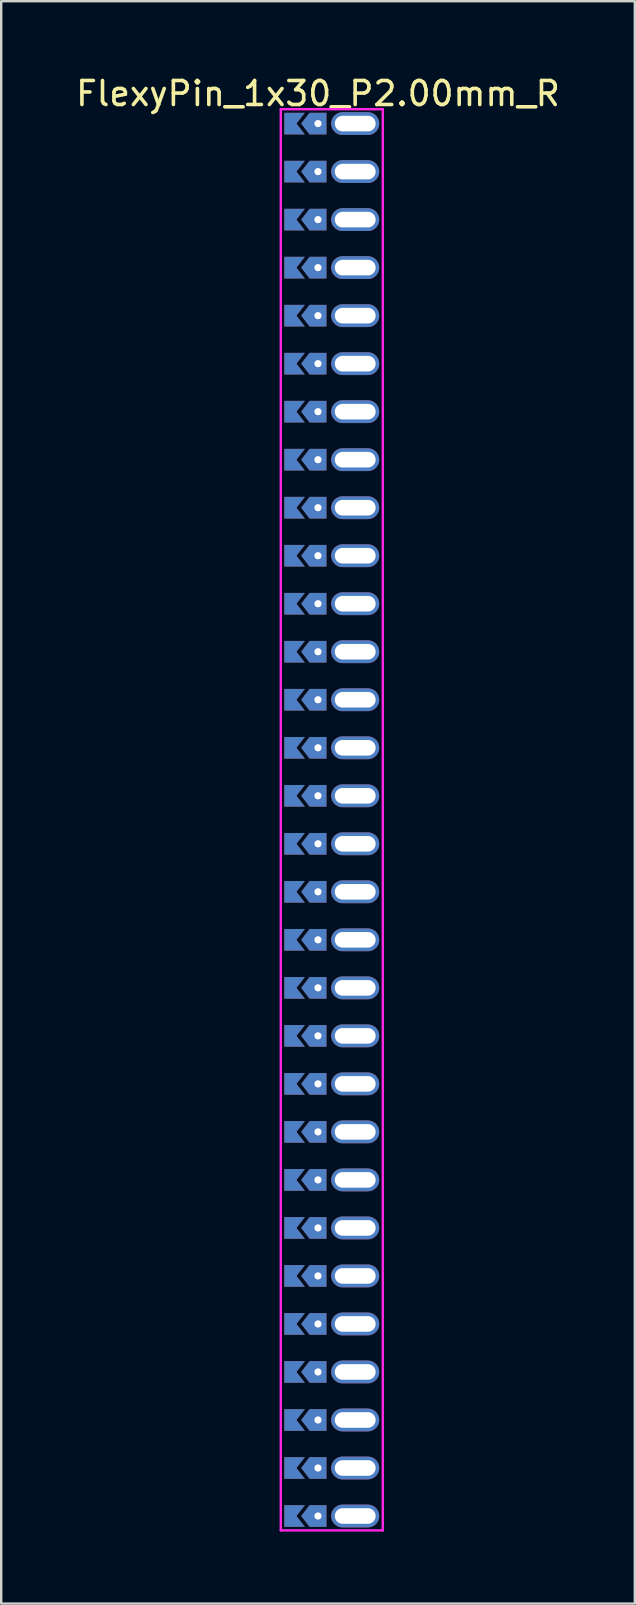
<source format=kicad_pcb>
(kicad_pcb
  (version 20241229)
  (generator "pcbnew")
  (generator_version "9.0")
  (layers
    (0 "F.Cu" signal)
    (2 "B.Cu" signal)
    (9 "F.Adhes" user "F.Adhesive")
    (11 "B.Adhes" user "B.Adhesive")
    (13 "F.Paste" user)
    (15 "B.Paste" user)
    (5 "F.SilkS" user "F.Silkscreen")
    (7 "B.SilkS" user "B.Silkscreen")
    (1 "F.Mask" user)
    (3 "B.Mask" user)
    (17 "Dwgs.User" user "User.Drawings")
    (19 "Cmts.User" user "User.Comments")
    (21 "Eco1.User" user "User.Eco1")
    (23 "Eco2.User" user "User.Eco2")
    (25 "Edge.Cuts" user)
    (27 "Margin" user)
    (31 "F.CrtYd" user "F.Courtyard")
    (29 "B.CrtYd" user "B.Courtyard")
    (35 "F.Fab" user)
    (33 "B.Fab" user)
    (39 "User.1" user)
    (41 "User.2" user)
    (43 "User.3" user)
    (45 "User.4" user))
  (footprint "FlexyPin_1x30_P2.00mm_R"
    (layer "F.Cu")
    (at 10.196 2.098)
    (property "Reference" "FlexyPin_1x30_P2.00mm_R" (at 0 -1.25 0) (layer "F.SilkS") (effects (font (size 1 1) (thickness 0.15))))
    (attr through_hole)
    (fp_line (start -1.55 -0.6) (end 2.7 -0.6) (stroke (width 0.1) (type solid)) (layer "F.CrtYd"))
    (fp_line (start -1.55 58.6) (end -1.55 -0.6) (stroke (width 0.1) (type solid)) (layer "F.CrtYd"))
    (fp_line (start 2.7 -0.6) (end 2.7 58.6) (stroke (width 0.1) (type solid)) (layer "F.CrtYd"))
    (fp_line (start 2.7 58.6) (end -1.55 58.6) (stroke (width 0.1) (type solid)) (layer "F.CrtYd"))
    (pad "" thru_hole custom (at 0 0) (size 0.3 0.3) (drill 0.6) (layers "*.Cu" "*.Mask") (options (anchor rect)) (primitives (gr_poly (pts (xy 0.35 0.45) (xy 0.35 -0.45) (xy -0.35 -0.45) (xy -0.7 0) (xy -0.35 0.45)) (width 0) (fill yes))))
    (pad "" thru_hole custom (at 0 2) (size 0.3 0.3) (drill 0.6) (layers "*.Cu" "*.Mask") (options (anchor rect)) (primitives (gr_poly (pts (xy 0.35 0.45) (xy 0.35 -0.45) (xy -0.35 -0.45) (xy -0.7 0) (xy -0.35 0.45)) (width 0) (fill yes))))
    (pad "" thru_hole custom (at 0 4) (size 0.3 0.3) (drill 0.6) (layers "*.Cu" "*.Mask") (options (anchor rect)) (primitives (gr_poly (pts (xy 0.35 0.45) (xy 0.35 -0.45) (xy -0.35 -0.45) (xy -0.7 0) (xy -0.35 0.45)) (width 0) (fill yes))))
    (pad "" thru_hole custom (at 0 6) (size 0.3 0.3) (drill 0.6) (layers "*.Cu" "*.Mask") (options (anchor rect)) (primitives (gr_poly (pts (xy 0.35 0.45) (xy 0.35 -0.45) (xy -0.35 -0.45) (xy -0.7 0) (xy -0.35 0.45)) (width 0) (fill yes))))
    (pad "" thru_hole custom (at 0 8) (size 0.3 0.3) (drill 0.6) (layers "*.Cu" "*.Mask") (options (anchor rect)) (primitives (gr_poly (pts (xy 0.35 0.45) (xy 0.35 -0.45) (xy -0.35 -0.45) (xy -0.7 0) (xy -0.35 0.45)) (width 0) (fill yes))))
    (pad "" thru_hole custom (at 0 10) (size 0.3 0.3) (drill 0.6) (layers "*.Cu" "*.Mask") (options (anchor rect)) (primitives (gr_poly (pts (xy 0.35 0.45) (xy 0.35 -0.45) (xy -0.35 -0.45) (xy -0.7 0) (xy -0.35 0.45)) (width 0) (fill yes))))
    (pad "" thru_hole custom (at 0 12) (size 0.3 0.3) (drill 0.6) (layers "*.Cu" "*.Mask") (options (anchor rect)) (primitives (gr_poly (pts (xy 0.35 0.45) (xy 0.35 -0.45) (xy -0.35 -0.45) (xy -0.7 0) (xy -0.35 0.45)) (width 0) (fill yes))))
    (pad "" thru_hole custom (at 0 14) (size 0.3 0.3) (drill 0.6) (layers "*.Cu" "*.Mask") (options (anchor rect)) (primitives (gr_poly (pts (xy 0.35 0.45) (xy 0.35 -0.45) (xy -0.35 -0.45) (xy -0.7 0) (xy -0.35 0.45)) (width 0) (fill yes))))
    (pad "" thru_hole custom (at 0 16) (size 0.3 0.3) (drill 0.6) (layers "*.Cu" "*.Mask") (options (anchor rect)) (primitives (gr_poly (pts (xy 0.35 0.45) (xy 0.35 -0.45) (xy -0.35 -0.45) (xy -0.7 0) (xy -0.35 0.45)) (width 0) (fill yes))))
    (pad "" thru_hole custom (at 0 18) (size 0.3 0.3) (drill 0.6) (layers "*.Cu" "*.Mask") (options (anchor rect)) (primitives (gr_poly (pts (xy 0.35 0.45) (xy 0.35 -0.45) (xy -0.35 -0.45) (xy -0.7 0) (xy -0.35 0.45)) (width 0) (fill yes))))
    (pad "" thru_hole custom (at 0 20) (size 0.3 0.3) (drill 0.6) (layers "*.Cu" "*.Mask") (options (anchor rect)) (primitives (gr_poly (pts (xy 0.35 0.45) (xy 0.35 -0.45) (xy -0.35 -0.45) (xy -0.7 0) (xy -0.35 0.45)) (width 0) (fill yes))))
    (pad "" thru_hole custom (at 0 22) (size 0.3 0.3) (drill 0.6) (layers "*.Cu" "*.Mask") (options (anchor rect)) (primitives (gr_poly (pts (xy 0.35 0.45) (xy 0.35 -0.45) (xy -0.35 -0.45) (xy -0.7 0) (xy -0.35 0.45)) (width 0) (fill yes))))
    (pad "" thru_hole custom (at 0 24) (size 0.3 0.3) (drill 0.6) (layers "*.Cu" "*.Mask") (options (anchor rect)) (primitives (gr_poly (pts (xy 0.35 0.45) (xy 0.35 -0.45) (xy -0.35 -0.45) (xy -0.7 0) (xy -0.35 0.45)) (width 0) (fill yes))))
    (pad "" thru_hole custom (at 0 26) (size 0.3 0.3) (drill 0.6) (layers "*.Cu" "*.Mask") (options (anchor rect)) (primitives (gr_poly (pts (xy 0.35 0.45) (xy 0.35 -0.45) (xy -0.35 -0.45) (xy -0.7 0) (xy -0.35 0.45)) (width 0) (fill yes))))
    (pad "" thru_hole custom (at 0 28) (size 0.3 0.3) (drill 0.6) (layers "*.Cu" "*.Mask") (options (anchor rect)) (primitives (gr_poly (pts (xy 0.35 0.45) (xy 0.35 -0.45) (xy -0.35 -0.45) (xy -0.7 0) (xy -0.35 0.45)) (width 0) (fill yes))))
    (pad "" thru_hole custom (at 0 30) (size 0.3 0.3) (drill 0.6) (layers "*.Cu" "*.Mask") (options (anchor rect)) (primitives (gr_poly (pts (xy 0.35 0.45) (xy 0.35 -0.45) (xy -0.35 -0.45) (xy -0.7 0) (xy -0.35 0.45)) (width 0) (fill yes))))
    (pad "" thru_hole custom (at 0 32) (size 0.3 0.3) (drill 0.6) (layers "*.Cu" "*.Mask") (options (anchor rect)) (primitives (gr_poly (pts (xy 0.35 0.45) (xy 0.35 -0.45) (xy -0.35 -0.45) (xy -0.7 0) (xy -0.35 0.45)) (width 0) (fill yes))))
    (pad "" thru_hole custom (at 0 34) (size 0.3 0.3) (drill 0.6) (layers "*.Cu" "*.Mask") (options (anchor rect)) (primitives (gr_poly (pts (xy 0.35 0.45) (xy 0.35 -0.45) (xy -0.35 -0.45) (xy -0.7 0) (xy -0.35 0.45)) (width 0) (fill yes))))
    (pad "" thru_hole custom (at 0 36) (size 0.3 0.3) (drill 0.6) (layers "*.Cu" "*.Mask") (options (anchor rect)) (primitives (gr_poly (pts (xy 0.35 0.45) (xy 0.35 -0.45) (xy -0.35 -0.45) (xy -0.7 0) (xy -0.35 0.45)) (width 0) (fill yes))))
    (pad "" thru_hole custom (at 0 38) (size 0.3 0.3) (drill 0.6) (layers "*.Cu" "*.Mask") (options (anchor rect)) (primitives (gr_poly (pts (xy 0.35 0.45) (xy 0.35 -0.45) (xy -0.35 -0.45) (xy -0.7 0) (xy -0.35 0.45)) (width 0) (fill yes))))
    (pad "" thru_hole custom (at 0 40) (size 0.3 0.3) (drill 0.6) (layers "*.Cu" "*.Mask") (options (anchor rect)) (primitives (gr_poly (pts (xy 0.35 0.45) (xy 0.35 -0.45) (xy -0.35 -0.45) (xy -0.7 0) (xy -0.35 0.45)) (width 0) (fill yes))))
    (pad "" thru_hole custom (at 0 42) (size 0.3 0.3) (drill 0.6) (layers "*.Cu" "*.Mask") (options (anchor rect)) (primitives (gr_poly (pts (xy 0.35 0.45) (xy 0.35 -0.45) (xy -0.35 -0.45) (xy -0.7 0) (xy -0.35 0.45)) (width 0) (fill yes))))
    (pad "" thru_hole custom (at 0 44) (size 0.3 0.3) (drill 0.6) (layers "*.Cu" "*.Mask") (options (anchor rect)) (primitives (gr_poly (pts (xy 0.35 0.45) (xy 0.35 -0.45) (xy -0.35 -0.45) (xy -0.7 0) (xy -0.35 0.45)) (width 0) (fill yes))))
    (pad "" thru_hole custom (at 0 46) (size 0.3 0.3) (drill 0.6) (layers "*.Cu" "*.Mask") (options (anchor rect)) (primitives (gr_poly (pts (xy 0.35 0.45) (xy 0.35 -0.45) (xy -0.35 -0.45) (xy -0.7 0) (xy -0.35 0.45)) (width 0) (fill yes))))
    (pad "" thru_hole custom (at 0 48) (size 0.3 0.3) (drill 0.6) (layers "*.Cu" "*.Mask") (options (anchor rect)) (primitives (gr_poly (pts (xy 0.35 0.45) (xy 0.35 -0.45) (xy -0.35 -0.45) (xy -0.7 0) (xy -0.35 0.45)) (width 0) (fill yes))))
    (pad "" thru_hole custom (at 0 50) (size 0.3 0.3) (drill 0.6) (layers "*.Cu" "*.Mask") (options (anchor rect)) (primitives (gr_poly (pts (xy 0.35 0.45) (xy 0.35 -0.45) (xy -0.35 -0.45) (xy -0.7 0) (xy -0.35 0.45)) (width 0) (fill yes))))
    (pad "" thru_hole custom (at 0 52) (size 0.3 0.3) (drill 0.6) (layers "*.Cu" "*.Mask") (options (anchor rect)) (primitives (gr_poly (pts (xy 0.35 0.45) (xy 0.35 -0.45) (xy -0.35 -0.45) (xy -0.7 0) (xy -0.35 0.45)) (width 0) (fill yes))))
    (pad "" thru_hole custom (at 0 54) (size 0.3 0.3) (drill 0.6) (layers "*.Cu" "*.Mask") (options (anchor rect)) (primitives (gr_poly (pts (xy 0.35 0.45) (xy 0.35 -0.45) (xy -0.35 -0.45) (xy -0.7 0) (xy -0.35 0.45)) (width 0) (fill yes))))
    (pad "" thru_hole custom (at 0 56) (size 0.3 0.3) (drill 0.6) (layers "*.Cu" "*.Mask") (options (anchor rect)) (primitives (gr_poly (pts (xy 0.35 0.45) (xy 0.35 -0.45) (xy -0.35 -0.45) (xy -0.7 0) (xy -0.35 0.45)) (width 0) (fill yes))))
    (pad "" thru_hole custom (at 0 58) (size 0.3 0.3) (drill 0.6) (layers "*.Cu" "*.Mask") (options (anchor rect)) (primitives (gr_poly (pts (xy 0.35 0.45) (xy 0.35 -0.45) (xy -0.35 -0.45) (xy -0.7 0) (xy -0.35 0.45)) (width 0) (fill yes))))
    (pad "" thru_hole oval (at 1.55 0) (size 2 0.95) (drill oval 1.7 0.65) (layers "*.Cu" "*.Mask"))
    (pad "" thru_hole oval (at 1.55 2) (size 2 0.95) (drill oval 1.7 0.65) (layers "*.Cu" "*.Mask"))
    (pad "" thru_hole oval (at 1.55 4) (size 2 0.95) (drill oval 1.7 0.65) (layers "*.Cu" "*.Mask"))
    (pad "" thru_hole oval (at 1.55 6) (size 2 0.95) (drill oval 1.7 0.65) (layers "*.Cu" "*.Mask"))
    (pad "" thru_hole oval (at 1.55 8) (size 2 0.95) (drill oval 1.7 0.65) (layers "*.Cu" "*.Mask"))
    (pad "" thru_hole oval (at 1.55 10) (size 2 0.95) (drill oval 1.7 0.65) (layers "*.Cu" "*.Mask"))
    (pad "" thru_hole oval (at 1.55 12) (size 2 0.95) (drill oval 1.7 0.65) (layers "*.Cu" "*.Mask"))
    (pad "" thru_hole oval (at 1.55 14) (size 2 0.95) (drill oval 1.7 0.65) (layers "*.Cu" "*.Mask"))
    (pad "" thru_hole oval (at 1.55 16) (size 2 0.95) (drill oval 1.7 0.65) (layers "*.Cu" "*.Mask"))
    (pad "" thru_hole oval (at 1.55 18) (size 2 0.95) (drill oval 1.7 0.65) (layers "*.Cu" "*.Mask"))
    (pad "" thru_hole oval (at 1.55 20) (size 2 0.95) (drill oval 1.7 0.65) (layers "*.Cu" "*.Mask"))
    (pad "" thru_hole oval (at 1.55 22) (size 2 0.95) (drill oval 1.7 0.65) (layers "*.Cu" "*.Mask"))
    (pad "" thru_hole oval (at 1.55 24) (size 2 0.95) (drill oval 1.7 0.65) (layers "*.Cu" "*.Mask"))
    (pad "" thru_hole oval (at 1.55 26) (size 2 0.95) (drill oval 1.7 0.65) (layers "*.Cu" "*.Mask"))
    (pad "" thru_hole oval (at 1.55 28) (size 2 0.95) (drill oval 1.7 0.65) (layers "*.Cu" "*.Mask"))
    (pad "" thru_hole oval (at 1.55 30) (size 2 0.95) (drill oval 1.7 0.65) (layers "*.Cu" "*.Mask"))
    (pad "" thru_hole oval (at 1.55 32) (size 2 0.95) (drill oval 1.7 0.65) (layers "*.Cu" "*.Mask"))
    (pad "" thru_hole oval (at 1.55 34) (size 2 0.95) (drill oval 1.7 0.65) (layers "*.Cu" "*.Mask"))
    (pad "" thru_hole oval (at 1.55 36) (size 2 0.95) (drill oval 1.7 0.65) (layers "*.Cu" "*.Mask"))
    (pad "" thru_hole oval (at 1.55 38) (size 2 0.95) (drill oval 1.7 0.65) (layers "*.Cu" "*.Mask"))
    (pad "" thru_hole oval (at 1.55 40) (size 2 0.95) (drill oval 1.7 0.65) (layers "*.Cu" "*.Mask"))
    (pad "" thru_hole oval (at 1.55 42) (size 2 0.95) (drill oval 1.7 0.65) (layers "*.Cu" "*.Mask"))
    (pad "" thru_hole oval (at 1.55 44) (size 2 0.95) (drill oval 1.7 0.65) (layers "*.Cu" "*.Mask"))
    (pad "" thru_hole oval (at 1.55 46) (size 2 0.95) (drill oval 1.7 0.65) (layers "*.Cu" "*.Mask"))
    (pad "" thru_hole oval (at 1.55 48) (size 2 0.95) (drill oval 1.7 0.65) (layers "*.Cu" "*.Mask"))
    (pad "" thru_hole oval (at 1.55 50) (size 2 0.95) (drill oval 1.7 0.65) (layers "*.Cu" "*.Mask"))
    (pad "" thru_hole oval (at 1.55 52) (size 2 0.95) (drill oval 1.7 0.65) (layers "*.Cu" "*.Mask"))
    (pad "" thru_hole oval (at 1.55 54) (size 2 0.95) (drill oval 1.7 0.65) (layers "*.Cu" "*.Mask"))
    (pad "" thru_hole oval (at 1.55 56) (size 2 0.95) (drill oval 1.7 0.65) (layers "*.Cu" "*.Mask"))
    (pad "" thru_hole oval (at 1.55 58) (size 2 0.95) (drill oval 1.7 0.65) (layers "*.Cu" "*.Mask"))
    (pad "1" smd custom (at -0.9 0) (size 0.01 0.01) (layers "F.Cu" "F.Mask") (options (anchor rect)) (primitives (gr_poly (pts (xy 0 0) (xy 0.35 0.45) (xy -0.5 0.45) (xy -0.5 -0.45) (xy 0.35 -0.45)) (width 0) (fill yes))))
    (pad "1" smd custom (at -0.9 2) (size 0.01 0.01) (layers "F.Cu" "F.Mask") (options (anchor rect)) (primitives (gr_poly (pts (xy 0 0) (xy 0.35 0.45) (xy -0.5 0.45) (xy -0.5 -0.45) (xy 0.35 -0.45)) (width 0) (fill yes))))
    (pad "1" smd custom (at -0.9 4) (size 0.01 0.01) (layers "F.Cu" "F.Mask") (options (anchor rect)) (primitives (gr_poly (pts (xy 0 0) (xy 0.35 0.45) (xy -0.5 0.45) (xy -0.5 -0.45) (xy 0.35 -0.45)) (width 0) (fill yes))))
    (pad "1" smd custom (at -0.9 6) (size 0.01 0.01) (layers "F.Cu" "F.Mask") (options (anchor rect)) (primitives (gr_poly (pts (xy 0 0) (xy 0.35 0.45) (xy -0.5 0.45) (xy -0.5 -0.45) (xy 0.35 -0.45)) (width 0) (fill yes))))
    (pad "1" smd custom (at -0.9 8) (size 0.01 0.01) (layers "F.Cu" "F.Mask") (options (anchor rect)) (primitives (gr_poly (pts (xy 0 0) (xy 0.35 0.45) (xy -0.5 0.45) (xy -0.5 -0.45) (xy 0.35 -0.45)) (width 0) (fill yes))))
    (pad "1" smd custom (at -0.9 10) (size 0.01 0.01) (layers "F.Cu" "F.Mask") (options (anchor rect)) (primitives (gr_poly (pts (xy 0 0) (xy 0.35 0.45) (xy -0.5 0.45) (xy -0.5 -0.45) (xy 0.35 -0.45)) (width 0) (fill yes))))
    (pad "1" smd custom (at -0.9 12) (size 0.01 0.01) (layers "F.Cu" "F.Mask") (options (anchor rect)) (primitives (gr_poly (pts (xy 0 0) (xy 0.35 0.45) (xy -0.5 0.45) (xy -0.5 -0.45) (xy 0.35 -0.45)) (width 0) (fill yes))))
    (pad "1" smd custom (at -0.9 14) (size 0.01 0.01) (layers "F.Cu" "F.Mask") (options (anchor rect)) (primitives (gr_poly (pts (xy 0 0) (xy 0.35 0.45) (xy -0.5 0.45) (xy -0.5 -0.45) (xy 0.35 -0.45)) (width 0) (fill yes))))
    (pad "1" smd custom (at -0.9 16) (size 0.01 0.01) (layers "F.Cu" "F.Mask") (options (anchor rect)) (primitives (gr_poly (pts (xy 0 0) (xy 0.35 0.45) (xy -0.5 0.45) (xy -0.5 -0.45) (xy 0.35 -0.45)) (width 0) (fill yes))))
    (pad "1" smd custom (at -0.9 18) (size 0.01 0.01) (layers "F.Cu" "F.Mask") (options (anchor rect)) (primitives (gr_poly (pts (xy 0 0) (xy 0.35 0.45) (xy -0.5 0.45) (xy -0.5 -0.45) (xy 0.35 -0.45)) (width 0) (fill yes))))
    (pad "1" smd custom (at -0.9 20) (size 0.01 0.01) (layers "F.Cu" "F.Mask") (options (anchor rect)) (primitives (gr_poly (pts (xy 0 0) (xy 0.35 0.45) (xy -0.5 0.45) (xy -0.5 -0.45) (xy 0.35 -0.45)) (width 0) (fill yes))))
    (pad "1" smd custom (at -0.9 22) (size 0.01 0.01) (layers "F.Cu" "F.Mask") (options (anchor rect)) (primitives (gr_poly (pts (xy 0 0) (xy 0.35 0.45) (xy -0.5 0.45) (xy -0.5 -0.45) (xy 0.35 -0.45)) (width 0) (fill yes))))
    (pad "1" smd custom (at -0.9 24) (size 0.01 0.01) (layers "F.Cu" "F.Mask") (options (anchor rect)) (primitives (gr_poly (pts (xy 0 0) (xy 0.35 0.45) (xy -0.5 0.45) (xy -0.5 -0.45) (xy 0.35 -0.45)) (width 0) (fill yes))))
    (pad "1" smd custom (at -0.9 26) (size 0.01 0.01) (layers "F.Cu" "F.Mask") (options (anchor rect)) (primitives (gr_poly (pts (xy 0 0) (xy 0.35 0.45) (xy -0.5 0.45) (xy -0.5 -0.45) (xy 0.35 -0.45)) (width 0) (fill yes))))
    (pad "1" smd custom (at -0.9 28) (size 0.01 0.01) (layers "F.Cu" "F.Mask") (options (anchor rect)) (primitives (gr_poly (pts (xy 0 0) (xy 0.35 0.45) (xy -0.5 0.45) (xy -0.5 -0.45) (xy 0.35 -0.45)) (width 0) (fill yes))))
    (pad "1" smd custom (at -0.9 30) (size 0.01 0.01) (layers "F.Cu" "F.Mask") (options (anchor rect)) (primitives (gr_poly (pts (xy 0 0) (xy 0.35 0.45) (xy -0.5 0.45) (xy -0.5 -0.45) (xy 0.35 -0.45)) (width 0) (fill yes))))
    (pad "1" smd custom (at -0.9 32) (size 0.01 0.01) (layers "F.Cu" "F.Mask") (options (anchor rect)) (primitives (gr_poly (pts (xy 0 0) (xy 0.35 0.45) (xy -0.5 0.45) (xy -0.5 -0.45) (xy 0.35 -0.45)) (width 0) (fill yes))))
    (pad "1" smd custom (at -0.9 34) (size 0.01 0.01) (layers "F.Cu" "F.Mask") (options (anchor rect)) (primitives (gr_poly (pts (xy 0 0) (xy 0.35 0.45) (xy -0.5 0.45) (xy -0.5 -0.45) (xy 0.35 -0.45)) (width 0) (fill yes))))
    (pad "1" smd custom (at -0.9 36) (size 0.01 0.01) (layers "F.Cu" "F.Mask") (options (anchor rect)) (primitives (gr_poly (pts (xy 0 0) (xy 0.35 0.45) (xy -0.5 0.45) (xy -0.5 -0.45) (xy 0.35 -0.45)) (width 0) (fill yes))))
    (pad "1" smd custom (at -0.9 38) (size 0.01 0.01) (layers "F.Cu" "F.Mask") (options (anchor rect)) (primitives (gr_poly (pts (xy 0 0) (xy 0.35 0.45) (xy -0.5 0.45) (xy -0.5 -0.45) (xy 0.35 -0.45)) (width 0) (fill yes))))
    (pad "1" smd custom (at -0.9 40) (size 0.01 0.01) (layers "F.Cu" "F.Mask") (options (anchor rect)) (primitives (gr_poly (pts (xy 0 0) (xy 0.35 0.45) (xy -0.5 0.45) (xy -0.5 -0.45) (xy 0.35 -0.45)) (width 0) (fill yes))))
    (pad "1" smd custom (at -0.9 42) (size 0.01 0.01) (layers "F.Cu" "F.Mask") (options (anchor rect)) (primitives (gr_poly (pts (xy 0 0) (xy 0.35 0.45) (xy -0.5 0.45) (xy -0.5 -0.45) (xy 0.35 -0.45)) (width 0) (fill yes))))
    (pad "1" smd custom (at -0.9 44) (size 0.01 0.01) (layers "F.Cu" "F.Mask") (options (anchor rect)) (primitives (gr_poly (pts (xy 0 0) (xy 0.35 0.45) (xy -0.5 0.45) (xy -0.5 -0.45) (xy 0.35 -0.45)) (width 0) (fill yes))))
    (pad "1" smd custom (at -0.9 46) (size 0.01 0.01) (layers "F.Cu" "F.Mask") (options (anchor rect)) (primitives (gr_poly (pts (xy 0 0) (xy 0.35 0.45) (xy -0.5 0.45) (xy -0.5 -0.45) (xy 0.35 -0.45)) (width 0) (fill yes))))
    (pad "1" smd custom (at -0.9 48) (size 0.01 0.01) (layers "F.Cu" "F.Mask") (options (anchor rect)) (primitives (gr_poly (pts (xy 0 0) (xy 0.35 0.45) (xy -0.5 0.45) (xy -0.5 -0.45) (xy 0.35 -0.45)) (width 0) (fill yes))))
    (pad "1" smd custom (at -0.9 50) (size 0.01 0.01) (layers "F.Cu" "F.Mask") (options (anchor rect)) (primitives (gr_poly (pts (xy 0 0) (xy 0.35 0.45) (xy -0.5 0.45) (xy -0.5 -0.45) (xy 0.35 -0.45)) (width 0) (fill yes))))
    (pad "1" smd custom (at -0.9 52) (size 0.01 0.01) (layers "F.Cu" "F.Mask") (options (anchor rect)) (primitives (gr_poly (pts (xy 0 0) (xy 0.35 0.45) (xy -0.5 0.45) (xy -0.5 -0.45) (xy 0.35 -0.45)) (width 0) (fill yes))))
    (pad "1" smd custom (at -0.9 54) (size 0.01 0.01) (layers "F.Cu" "F.Mask") (options (anchor rect)) (primitives (gr_poly (pts (xy 0 0) (xy 0.35 0.45) (xy -0.5 0.45) (xy -0.5 -0.45) (xy 0.35 -0.45)) (width 0) (fill yes))))
    (pad "1" smd custom (at -0.9 56) (size 0.01 0.01) (layers "F.Cu" "F.Mask") (options (anchor rect)) (primitives (gr_poly (pts (xy 0 0) (xy 0.35 0.45) (xy -0.5 0.45) (xy -0.5 -0.45) (xy 0.35 -0.45)) (width 0) (fill yes))))
    (pad "1" smd custom (at -0.9 58) (size 0.01 0.01) (layers "F.Cu" "F.Mask") (options (anchor rect)) (primitives (gr_poly (pts (xy 0 0) (xy 0.35 0.45) (xy -0.5 0.45) (xy -0.5 -0.45) (xy 0.35 -0.45)) (width 0) (fill yes))))
    (pad "2" smd custom (at -0.9 0) (size 0.01 0.01) (layers "B.Cu" "B.Mask") (options (anchor rect)) (primitives (gr_poly (pts (xy 0 0) (xy 0.35 0.45) (xy -0.5 0.45) (xy -0.5 -0.45) (xy 0.35 -0.45)) (width 0) (fill yes))))
    (pad "2" smd custom (at -0.9 2) (size 0.01 0.01) (layers "B.Cu" "B.Mask") (options (anchor rect)) (primitives (gr_poly (pts (xy 0 0) (xy 0.35 0.45) (xy -0.5 0.45) (xy -0.5 -0.45) (xy 0.35 -0.45)) (width 0) (fill yes))))
    (pad "2" smd custom (at -0.9 4) (size 0.01 0.01) (layers "B.Cu" "B.Mask") (options (anchor rect)) (primitives (gr_poly (pts (xy 0 0) (xy 0.35 0.45) (xy -0.5 0.45) (xy -0.5 -0.45) (xy 0.35 -0.45)) (width 0) (fill yes))))
    (pad "2" smd custom (at -0.9 6) (size 0.01 0.01) (layers "B.Cu" "B.Mask") (options (anchor rect)) (primitives (gr_poly (pts (xy 0 0) (xy 0.35 0.45) (xy -0.5 0.45) (xy -0.5 -0.45) (xy 0.35 -0.45)) (width 0) (fill yes))))
    (pad "2" smd custom (at -0.9 8) (size 0.01 0.01) (layers "B.Cu" "B.Mask") (options (anchor rect)) (primitives (gr_poly (pts (xy 0 0) (xy 0.35 0.45) (xy -0.5 0.45) (xy -0.5 -0.45) (xy 0.35 -0.45)) (width 0) (fill yes))))
    (pad "2" smd custom (at -0.9 10) (size 0.01 0.01) (layers "B.Cu" "B.Mask") (options (anchor rect)) (primitives (gr_poly (pts (xy 0 0) (xy 0.35 0.45) (xy -0.5 0.45) (xy -0.5 -0.45) (xy 0.35 -0.45)) (width 0) (fill yes))))
    (pad "2" smd custom (at -0.9 12) (size 0.01 0.01) (layers "B.Cu" "B.Mask") (options (anchor rect)) (primitives (gr_poly (pts (xy 0 0) (xy 0.35 0.45) (xy -0.5 0.45) (xy -0.5 -0.45) (xy 0.35 -0.45)) (width 0) (fill yes))))
    (pad "2" smd custom (at -0.9 14) (size 0.01 0.01) (layers "B.Cu" "B.Mask") (options (anchor rect)) (primitives (gr_poly (pts (xy 0 0) (xy 0.35 0.45) (xy -0.5 0.45) (xy -0.5 -0.45) (xy 0.35 -0.45)) (width 0) (fill yes))))
    (pad "2" smd custom (at -0.9 16) (size 0.01 0.01) (layers "B.Cu" "B.Mask") (options (anchor rect)) (primitives (gr_poly (pts (xy 0 0) (xy 0.35 0.45) (xy -0.5 0.45) (xy -0.5 -0.45) (xy 0.35 -0.45)) (width 0) (fill yes))))
    (pad "2" smd custom (at -0.9 18) (size 0.01 0.01) (layers "B.Cu" "B.Mask") (options (anchor rect)) (primitives (gr_poly (pts (xy 0 0) (xy 0.35 0.45) (xy -0.5 0.45) (xy -0.5 -0.45) (xy 0.35 -0.45)) (width 0) (fill yes))))
    (pad "2" smd custom (at -0.9 20) (size 0.01 0.01) (layers "B.Cu" "B.Mask") (options (anchor rect)) (primitives (gr_poly (pts (xy 0 0) (xy 0.35 0.45) (xy -0.5 0.45) (xy -0.5 -0.45) (xy 0.35 -0.45)) (width 0) (fill yes))))
    (pad "2" smd custom (at -0.9 22) (size 0.01 0.01) (layers "B.Cu" "B.Mask") (options (anchor rect)) (primitives (gr_poly (pts (xy 0 0) (xy 0.35 0.45) (xy -0.5 0.45) (xy -0.5 -0.45) (xy 0.35 -0.45)) (width 0) (fill yes))))
    (pad "2" smd custom (at -0.9 24) (size 0.01 0.01) (layers "B.Cu" "B.Mask") (options (anchor rect)) (primitives (gr_poly (pts (xy 0 0) (xy 0.35 0.45) (xy -0.5 0.45) (xy -0.5 -0.45) (xy 0.35 -0.45)) (width 0) (fill yes))))
    (pad "2" smd custom (at -0.9 26) (size 0.01 0.01) (layers "B.Cu" "B.Mask") (options (anchor rect)) (primitives (gr_poly (pts (xy 0 0) (xy 0.35 0.45) (xy -0.5 0.45) (xy -0.5 -0.45) (xy 0.35 -0.45)) (width 0) (fill yes))))
    (pad "2" smd custom (at -0.9 28) (size 0.01 0.01) (layers "B.Cu" "B.Mask") (options (anchor rect)) (primitives (gr_poly (pts (xy 0 0) (xy 0.35 0.45) (xy -0.5 0.45) (xy -0.5 -0.45) (xy 0.35 -0.45)) (width 0) (fill yes))))
    (pad "2" smd custom (at -0.9 30) (size 0.01 0.01) (layers "B.Cu" "B.Mask") (options (anchor rect)) (primitives (gr_poly (pts (xy 0 0) (xy 0.35 0.45) (xy -0.5 0.45) (xy -0.5 -0.45) (xy 0.35 -0.45)) (width 0) (fill yes))))
    (pad "2" smd custom (at -0.9 32) (size 0.01 0.01) (layers "B.Cu" "B.Mask") (options (anchor rect)) (primitives (gr_poly (pts (xy 0 0) (xy 0.35 0.45) (xy -0.5 0.45) (xy -0.5 -0.45) (xy 0.35 -0.45)) (width 0) (fill yes))))
    (pad "2" smd custom (at -0.9 34) (size 0.01 0.01) (layers "B.Cu" "B.Mask") (options (anchor rect)) (primitives (gr_poly (pts (xy 0 0) (xy 0.35 0.45) (xy -0.5 0.45) (xy -0.5 -0.45) (xy 0.35 -0.45)) (width 0) (fill yes))))
    (pad "2" smd custom (at -0.9 36) (size 0.01 0.01) (layers "B.Cu" "B.Mask") (options (anchor rect)) (primitives (gr_poly (pts (xy 0 0) (xy 0.35 0.45) (xy -0.5 0.45) (xy -0.5 -0.45) (xy 0.35 -0.45)) (width 0) (fill yes))))
    (pad "2" smd custom (at -0.9 38) (size 0.01 0.01) (layers "B.Cu" "B.Mask") (options (anchor rect)) (primitives (gr_poly (pts (xy 0 0) (xy 0.35 0.45) (xy -0.5 0.45) (xy -0.5 -0.45) (xy 0.35 -0.45)) (width 0) (fill yes))))
    (pad "2" smd custom (at -0.9 40) (size 0.01 0.01) (layers "B.Cu" "B.Mask") (options (anchor rect)) (primitives (gr_poly (pts (xy 0 0) (xy 0.35 0.45) (xy -0.5 0.45) (xy -0.5 -0.45) (xy 0.35 -0.45)) (width 0) (fill yes))))
    (pad "2" smd custom (at -0.9 42) (size 0.01 0.01) (layers "B.Cu" "B.Mask") (options (anchor rect)) (primitives (gr_poly (pts (xy 0 0) (xy 0.35 0.45) (xy -0.5 0.45) (xy -0.5 -0.45) (xy 0.35 -0.45)) (width 0) (fill yes))))
    (pad "2" smd custom (at -0.9 44) (size 0.01 0.01) (layers "B.Cu" "B.Mask") (options (anchor rect)) (primitives (gr_poly (pts (xy 0 0) (xy 0.35 0.45) (xy -0.5 0.45) (xy -0.5 -0.45) (xy 0.35 -0.45)) (width 0) (fill yes))))
    (pad "2" smd custom (at -0.9 46) (size 0.01 0.01) (layers "B.Cu" "B.Mask") (options (anchor rect)) (primitives (gr_poly (pts (xy 0 0) (xy 0.35 0.45) (xy -0.5 0.45) (xy -0.5 -0.45) (xy 0.35 -0.45)) (width 0) (fill yes))))
    (pad "2" smd custom (at -0.9 48) (size 0.01 0.01) (layers "B.Cu" "B.Mask") (options (anchor rect)) (primitives (gr_poly (pts (xy 0 0) (xy 0.35 0.45) (xy -0.5 0.45) (xy -0.5 -0.45) (xy 0.35 -0.45)) (width 0) (fill yes))))
    (pad "2" smd custom (at -0.9 50) (size 0.01 0.01) (layers "B.Cu" "B.Mask") (options (anchor rect)) (primitives (gr_poly (pts (xy 0 0) (xy 0.35 0.45) (xy -0.5 0.45) (xy -0.5 -0.45) (xy 0.35 -0.45)) (width 0) (fill yes))))
    (pad "2" smd custom (at -0.9 52) (size 0.01 0.01) (layers "B.Cu" "B.Mask") (options (anchor rect)) (primitives (gr_poly (pts (xy 0 0) (xy 0.35 0.45) (xy -0.5 0.45) (xy -0.5 -0.45) (xy 0.35 -0.45)) (width 0) (fill yes))))
    (pad "2" smd custom (at -0.9 54) (size 0.01 0.01) (layers "B.Cu" "B.Mask") (options (anchor rect)) (primitives (gr_poly (pts (xy 0 0) (xy 0.35 0.45) (xy -0.5 0.45) (xy -0.5 -0.45) (xy 0.35 -0.45)) (width 0) (fill yes))))
    (pad "2" smd custom (at -0.9 56) (size 0.01 0.01) (layers "B.Cu" "B.Mask") (options (anchor rect)) (primitives (gr_poly (pts (xy 0 0) (xy 0.35 0.45) (xy -0.5 0.45) (xy -0.5 -0.45) (xy 0.35 -0.45)) (width 0) (fill yes))))
    (pad "2" smd custom (at -0.9 58) (size 0.01 0.01) (layers "B.Cu" "B.Mask") (options (anchor rect)) (primitives (gr_poly (pts (xy 0 0) (xy 0.35 0.45) (xy -0.5 0.45) (xy -0.5 -0.45) (xy 0.35 -0.45)) (width 0) (fill yes)))))
  (gr_rect
    (start -3 -3)
    (end 23.393 63.748)
    (stroke (width 0.1) (type default))
    (fill no)
    (layer "Edge.Cuts")))
</source>
